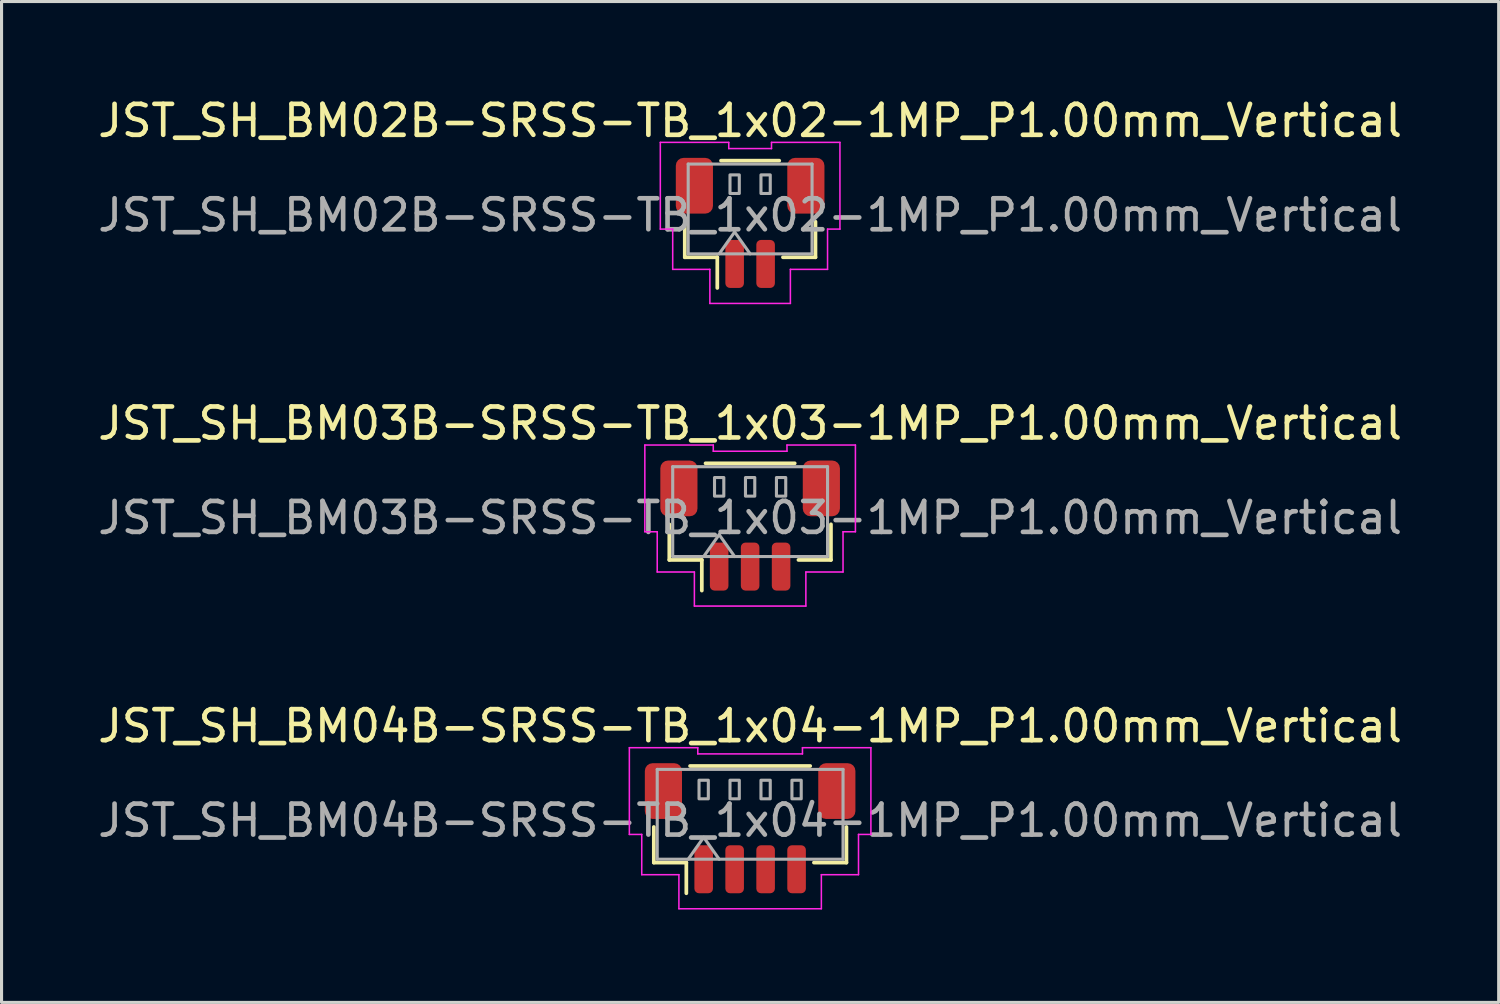
<source format=kicad_pcb>
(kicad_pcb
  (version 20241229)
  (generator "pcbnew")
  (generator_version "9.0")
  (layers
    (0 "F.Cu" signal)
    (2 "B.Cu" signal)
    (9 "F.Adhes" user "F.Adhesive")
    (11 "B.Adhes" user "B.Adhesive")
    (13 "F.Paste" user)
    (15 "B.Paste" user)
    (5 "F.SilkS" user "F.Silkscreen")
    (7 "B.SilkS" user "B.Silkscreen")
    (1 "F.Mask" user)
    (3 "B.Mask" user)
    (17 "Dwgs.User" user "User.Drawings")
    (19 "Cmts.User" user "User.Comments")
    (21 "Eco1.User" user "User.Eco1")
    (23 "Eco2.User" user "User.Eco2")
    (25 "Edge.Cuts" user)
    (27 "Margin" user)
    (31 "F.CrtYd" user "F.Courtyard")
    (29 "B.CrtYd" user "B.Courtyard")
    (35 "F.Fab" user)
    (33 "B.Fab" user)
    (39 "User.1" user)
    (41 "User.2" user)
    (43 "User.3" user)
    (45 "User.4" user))
  (footprint "JST_SH_BM03B-SRSS-TB_1x03-1MP_P1.00mm_Vertical"
    (layer "F.Cu")
    (at 21.173 13.921)
    (property "Reference" "JST_SH_BM03B-SRSS-TB_1x03-1MP_P1.00mm_Vertical" (at 0 -3.3 0) (layer "F.SilkS") (effects (font (size 1 1) (thickness 0.15))))
    (attr smd)
    (fp_line (start -2.61 -0.04) (end -2.61 1.11) (stroke (width 0.12) (type solid)) (layer "F.SilkS"))
    (fp_line (start -2.61 1.11) (end -1.56 1.11) (stroke (width 0.12) (type solid)) (layer "F.SilkS"))
    (fp_line (start -1.56 1.11) (end -1.56 2.1) (stroke (width 0.12) (type solid)) (layer "F.SilkS"))
    (fp_line (start -1.44 -2.01) (end 1.44 -2.01) (stroke (width 0.12) (type solid)) (layer "F.SilkS"))
    (fp_line (start 2.61 -0.04) (end 2.61 1.11) (stroke (width 0.12) (type solid)) (layer "F.SilkS"))
    (fp_line (start 2.61 1.11) (end 1.56 1.11) (stroke (width 0.12) (type solid)) (layer "F.SilkS"))
    (fp_line (start -3.4 -2.6) (end -1.19 -2.6) (stroke (width 0.05) (type solid)) (layer "F.CrtYd"))
    (fp_line (start -3.4 0.2) (end -3.4 -2.6) (stroke (width 0.05) (type solid)) (layer "F.CrtYd"))
    (fp_line (start -3 0.2) (end -3.4 0.2) (stroke (width 0.05) (type solid)) (layer "F.CrtYd"))
    (fp_line (start -3 1.5) (end -3 0.2) (stroke (width 0.05) (type solid)) (layer "F.CrtYd"))
    (fp_line (start -1.8 1.5) (end -3 1.5) (stroke (width 0.05) (type solid)) (layer "F.CrtYd"))
    (fp_line (start -1.8 2.6) (end -1.8 1.5) (stroke (width 0.05) (type solid)) (layer "F.CrtYd"))
    (fp_line (start -1.19 -2.6) (end -1.19 -2.4) (stroke (width 0.05) (type solid)) (layer "F.CrtYd"))
    (fp_line (start -1.19 -2.4) (end 1.19 -2.4) (stroke (width 0.05) (type solid)) (layer "F.CrtYd"))
    (fp_line (start 1.19 -2.6) (end 3.4 -2.6) (stroke (width 0.05) (type solid)) (layer "F.CrtYd"))
    (fp_line (start 1.19 -2.4) (end 1.19 -2.6) (stroke (width 0.05) (type solid)) (layer "F.CrtYd"))
    (fp_line (start 1.8 1.5) (end 1.8 2.6) (stroke (width 0.05) (type solid)) (layer "F.CrtYd"))
    (fp_line (start 1.8 2.6) (end -1.8 2.6) (stroke (width 0.05) (type solid)) (layer "F.CrtYd"))
    (fp_line (start 3 0.2) (end 3 1.5) (stroke (width 0.05) (type solid)) (layer "F.CrtYd"))
    (fp_line (start 3 1.5) (end 1.8 1.5) (stroke (width 0.05) (type solid)) (layer "F.CrtYd"))
    (fp_line (start 3.4 -2.6) (end 3.4 0.2) (stroke (width 0.05) (type solid)) (layer "F.CrtYd"))
    (fp_line (start 3.4 0.2) (end 3 0.2) (stroke (width 0.05) (type solid)) (layer "F.CrtYd"))
    (fp_line (start -2.5 -1.9) (end 2.5 -1.9) (stroke (width 0.1) (type solid)) (layer "F.Fab"))
    (fp_line (start -2.5 1) (end -2.5 -1.9) (stroke (width 0.1) (type solid)) (layer "F.Fab"))
    (fp_line (start -2.5 1) (end 2.5 1) (stroke (width 0.1) (type solid)) (layer "F.Fab"))
    (fp_line (start -1.5 1) (end -1 0.293) (stroke (width 0.1) (type solid)) (layer "F.Fab"))
    (fp_line (start -1 0.293) (end -0.5 1) (stroke (width 0.1) (type solid)) (layer "F.Fab"))
    (fp_line (start 2.5 1) (end 2.5 -1.9) (stroke (width 0.1) (type solid)) (layer "F.Fab"))
    (fp_rect (start -1.15 -1.55) (end -0.85 -0.95) (stroke (width 0.1) (type solid)) (fill no) (layer "F.Fab"))
    (fp_rect (start -0.15 -1.55) (end 0.15 -0.95) (stroke (width 0.1) (type solid)) (fill no) (layer "F.Fab"))
    (fp_rect (start 0.85 -1.55) (end 1.15 -0.95) (stroke (width 0.1) (type solid)) (fill no) (layer "F.Fab"))
    (fp_text user "${REFERENCE}" (at 0 -0.25 0) (layer "F.Fab") (effects (font (size 1 1) (thickness 0.15))))
    (pad "1" smd roundrect (at -1 1.325) (size 0.6 1.55) (layers "F.Cu" "F.Mask" "F.Paste") (roundrect_rratio 0.25))
    (pad "2" smd roundrect (at 0 1.325) (size 0.6 1.55) (layers "F.Cu" "F.Mask" "F.Paste") (roundrect_rratio 0.25))
    (pad "3" smd roundrect (at 1 1.325) (size 0.6 1.55) (layers "F.Cu" "F.Mask" "F.Paste") (roundrect_rratio 0.25))
    (pad "MP" smd roundrect (at -2.3 -1.2) (size 1.2 1.8) (layers "F.Cu" "F.Mask" "F.Paste") (roundrect_rratio 0.208))
    (pad "MP" smd roundrect (at 2.3 -1.2) (size 1.2 1.8) (layers "F.Cu" "F.Mask" "F.Paste") (roundrect_rratio 0.208)))
  (footprint "JST_SH_BM02B-SRSS-TB_1x02-1MP_P1.00mm_Vertical"
    (layer "F.Cu")
    (at 21.173 4.148)
    (property "Reference" "JST_SH_BM02B-SRSS-TB_1x02-1MP_P1.00mm_Vertical" (at 0 -3.3 0) (layer "F.SilkS") (effects (font (size 1 1) (thickness 0.15))))
    (attr smd)
    (fp_line (start -2.11 -0.04) (end -2.11 1.11) (stroke (width 0.12) (type solid)) (layer "F.SilkS"))
    (fp_line (start -2.11 1.11) (end -1.06 1.11) (stroke (width 0.12) (type solid)) (layer "F.SilkS"))
    (fp_line (start -1.06 1.11) (end -1.06 2.1) (stroke (width 0.12) (type solid)) (layer "F.SilkS"))
    (fp_line (start -0.94 -2.01) (end 0.94 -2.01) (stroke (width 0.12) (type solid)) (layer "F.SilkS"))
    (fp_line (start 2.11 -0.04) (end 2.11 1.11) (stroke (width 0.12) (type solid)) (layer "F.SilkS"))
    (fp_line (start 2.11 1.11) (end 1.06 1.11) (stroke (width 0.12) (type solid)) (layer "F.SilkS"))
    (fp_line (start -2.9 -2.6) (end -0.69 -2.6) (stroke (width 0.05) (type solid)) (layer "F.CrtYd"))
    (fp_line (start -2.9 0.2) (end -2.9 -2.6) (stroke (width 0.05) (type solid)) (layer "F.CrtYd"))
    (fp_line (start -2.5 0.2) (end -2.9 0.2) (stroke (width 0.05) (type solid)) (layer "F.CrtYd"))
    (fp_line (start -2.5 1.5) (end -2.5 0.2) (stroke (width 0.05) (type solid)) (layer "F.CrtYd"))
    (fp_line (start -1.3 1.5) (end -2.5 1.5) (stroke (width 0.05) (type solid)) (layer "F.CrtYd"))
    (fp_line (start -1.3 2.6) (end -1.3 1.5) (stroke (width 0.05) (type solid)) (layer "F.CrtYd"))
    (fp_line (start -0.69 -2.6) (end -0.69 -2.4) (stroke (width 0.05) (type solid)) (layer "F.CrtYd"))
    (fp_line (start -0.69 -2.4) (end 0.69 -2.4) (stroke (width 0.05) (type solid)) (layer "F.CrtYd"))
    (fp_line (start 0.69 -2.6) (end 2.9 -2.6) (stroke (width 0.05) (type solid)) (layer "F.CrtYd"))
    (fp_line (start 0.69 -2.4) (end 0.69 -2.6) (stroke (width 0.05) (type solid)) (layer "F.CrtYd"))
    (fp_line (start 1.3 1.5) (end 1.3 2.6) (stroke (width 0.05) (type solid)) (layer "F.CrtYd"))
    (fp_line (start 1.3 2.6) (end -1.3 2.6) (stroke (width 0.05) (type solid)) (layer "F.CrtYd"))
    (fp_line (start 2.5 0.2) (end 2.5 1.5) (stroke (width 0.05) (type solid)) (layer "F.CrtYd"))
    (fp_line (start 2.5 1.5) (end 1.3 1.5) (stroke (width 0.05) (type solid)) (layer "F.CrtYd"))
    (fp_line (start 2.9 -2.6) (end 2.9 0.2) (stroke (width 0.05) (type solid)) (layer "F.CrtYd"))
    (fp_line (start 2.9 0.2) (end 2.5 0.2) (stroke (width 0.05) (type solid)) (layer "F.CrtYd"))
    (fp_line (start -2 -1.9) (end 2 -1.9) (stroke (width 0.1) (type solid)) (layer "F.Fab"))
    (fp_line (start -2 1) (end -2 -1.9) (stroke (width 0.1) (type solid)) (layer "F.Fab"))
    (fp_line (start -2 1) (end 2 1) (stroke (width 0.1) (type solid)) (layer "F.Fab"))
    (fp_line (start -1 1) (end -0.5 0.293) (stroke (width 0.1) (type solid)) (layer "F.Fab"))
    (fp_line (start -0.5 0.293) (end 0 1) (stroke (width 0.1) (type solid)) (layer "F.Fab"))
    (fp_line (start 2 1) (end 2 -1.9) (stroke (width 0.1) (type solid)) (layer "F.Fab"))
    (fp_rect (start -0.65 -1.55) (end -0.35 -0.95) (stroke (width 0.1) (type solid)) (fill no) (layer "F.Fab"))
    (fp_rect (start 0.35 -1.55) (end 0.65 -0.95) (stroke (width 0.1) (type solid)) (fill no) (layer "F.Fab"))
    (fp_text user "${REFERENCE}" (at 0 -0.25 0) (layer "F.Fab") (effects (font (size 1 1) (thickness 0.15))))
    (pad "1" smd roundrect (at -0.5 1.325) (size 0.6 1.55) (layers "F.Cu" "F.Mask" "F.Paste") (roundrect_rratio 0.25))
    (pad "2" smd roundrect (at 0.5 1.325) (size 0.6 1.55) (layers "F.Cu" "F.Mask" "F.Paste") (roundrect_rratio 0.25))
    (pad "MP" smd roundrect (at -1.8 -1.2) (size 1.2 1.8) (layers "F.Cu" "F.Mask" "F.Paste") (roundrect_rratio 0.208))
    (pad "MP" smd roundrect (at 1.8 -1.2) (size 1.2 1.8) (layers "F.Cu" "F.Mask" "F.Paste") (roundrect_rratio 0.208)))
  (footprint "JST_SH_BM04B-SRSS-TB_1x04-1MP_P1.00mm_Vertical"
    (layer "F.Cu")
    (at 21.173 23.695)
    (property "Reference" "JST_SH_BM04B-SRSS-TB_1x04-1MP_P1.00mm_Vertical" (at 0 -3.3 0) (layer "F.SilkS") (effects (font (size 1 1) (thickness 0.15))))
    (attr smd)
    (fp_line (start -3.11 -0.04) (end -3.11 1.11) (stroke (width 0.12) (type solid)) (layer "F.SilkS"))
    (fp_line (start -3.11 1.11) (end -2.06 1.11) (stroke (width 0.12) (type solid)) (layer "F.SilkS"))
    (fp_line (start -2.06 1.11) (end -2.06 2.1) (stroke (width 0.12) (type solid)) (layer "F.SilkS"))
    (fp_line (start -1.94 -2.01) (end 1.94 -2.01) (stroke (width 0.12) (type solid)) (layer "F.SilkS"))
    (fp_line (start 3.11 -0.04) (end 3.11 1.11) (stroke (width 0.12) (type solid)) (layer "F.SilkS"))
    (fp_line (start 3.11 1.11) (end 2.06 1.11) (stroke (width 0.12) (type solid)) (layer "F.SilkS"))
    (fp_line (start -3.9 -2.6) (end -1.69 -2.6) (stroke (width 0.05) (type solid)) (layer "F.CrtYd"))
    (fp_line (start -3.9 0.2) (end -3.9 -2.6) (stroke (width 0.05) (type solid)) (layer "F.CrtYd"))
    (fp_line (start -3.5 0.2) (end -3.9 0.2) (stroke (width 0.05) (type solid)) (layer "F.CrtYd"))
    (fp_line (start -3.5 1.5) (end -3.5 0.2) (stroke (width 0.05) (type solid)) (layer "F.CrtYd"))
    (fp_line (start -2.3 1.5) (end -3.5 1.5) (stroke (width 0.05) (type solid)) (layer "F.CrtYd"))
    (fp_line (start -2.3 2.6) (end -2.3 1.5) (stroke (width 0.05) (type solid)) (layer "F.CrtYd"))
    (fp_line (start -1.69 -2.6) (end -1.69 -2.4) (stroke (width 0.05) (type solid)) (layer "F.CrtYd"))
    (fp_line (start -1.69 -2.4) (end 1.69 -2.4) (stroke (width 0.05) (type solid)) (layer "F.CrtYd"))
    (fp_line (start 1.69 -2.6) (end 3.9 -2.6) (stroke (width 0.05) (type solid)) (layer "F.CrtYd"))
    (fp_line (start 1.69 -2.4) (end 1.69 -2.6) (stroke (width 0.05) (type solid)) (layer "F.CrtYd"))
    (fp_line (start 2.3 1.5) (end 2.3 2.6) (stroke (width 0.05) (type solid)) (layer "F.CrtYd"))
    (fp_line (start 2.3 2.6) (end -2.3 2.6) (stroke (width 0.05) (type solid)) (layer "F.CrtYd"))
    (fp_line (start 3.5 0.2) (end 3.5 1.5) (stroke (width 0.05) (type solid)) (layer "F.CrtYd"))
    (fp_line (start 3.5 1.5) (end 2.3 1.5) (stroke (width 0.05) (type solid)) (layer "F.CrtYd"))
    (fp_line (start 3.9 -2.6) (end 3.9 0.2) (stroke (width 0.05) (type solid)) (layer "F.CrtYd"))
    (fp_line (start 3.9 0.2) (end 3.5 0.2) (stroke (width 0.05) (type solid)) (layer "F.CrtYd"))
    (fp_line (start -3 -1.9) (end 3 -1.9) (stroke (width 0.1) (type solid)) (layer "F.Fab"))
    (fp_line (start -3 1) (end -3 -1.9) (stroke (width 0.1) (type solid)) (layer "F.Fab"))
    (fp_line (start -3 1) (end 3 1) (stroke (width 0.1) (type solid)) (layer "F.Fab"))
    (fp_line (start -2 1) (end -1.5 0.293) (stroke (width 0.1) (type solid)) (layer "F.Fab"))
    (fp_line (start -1.5 0.293) (end -1 1) (stroke (width 0.1) (type solid)) (layer "F.Fab"))
    (fp_line (start 3 1) (end 3 -1.9) (stroke (width 0.1) (type solid)) (layer "F.Fab"))
    (fp_rect (start -1.65 -1.55) (end -1.35 -0.95) (stroke (width 0.1) (type solid)) (fill no) (layer "F.Fab"))
    (fp_rect (start -0.65 -1.55) (end -0.35 -0.95) (stroke (width 0.1) (type solid)) (fill no) (layer "F.Fab"))
    (fp_rect (start 0.35 -1.55) (end 0.65 -0.95) (stroke (width 0.1) (type solid)) (fill no) (layer "F.Fab"))
    (fp_rect (start 1.35 -1.55) (end 1.65 -0.95) (stroke (width 0.1) (type solid)) (fill no) (layer "F.Fab"))
    (fp_text user "${REFERENCE}" (at 0 -0.25 0) (layer "F.Fab") (effects (font (size 1 1) (thickness 0.15))))
    (pad "1" smd roundrect (at -1.5 1.325) (size 0.6 1.55) (layers "F.Cu" "F.Mask" "F.Paste") (roundrect_rratio 0.25))
    (pad "2" smd roundrect (at -0.5 1.325) (size 0.6 1.55) (layers "F.Cu" "F.Mask" "F.Paste") (roundrect_rratio 0.25))
    (pad "3" smd roundrect (at 0.5 1.325) (size 0.6 1.55) (layers "F.Cu" "F.Mask" "F.Paste") (roundrect_rratio 0.25))
    (pad "4" smd roundrect (at 1.5 1.325) (size 0.6 1.55) (layers "F.Cu" "F.Mask" "F.Paste") (roundrect_rratio 0.25))
    (pad "MP" smd roundrect (at -2.8 -1.2) (size 1.2 1.8) (layers "F.Cu" "F.Mask" "F.Paste") (roundrect_rratio 0.208))
    (pad "MP" smd roundrect (at 2.8 -1.2) (size 1.2 1.8) (layers "F.Cu" "F.Mask" "F.Paste") (roundrect_rratio 0.208)))
  (gr_rect
    (start -3 -3)
    (end 45.345 29.32)
    (stroke (width 0.1) (type default))
    (fill no)
    (layer "Edge.Cuts")))
</source>
